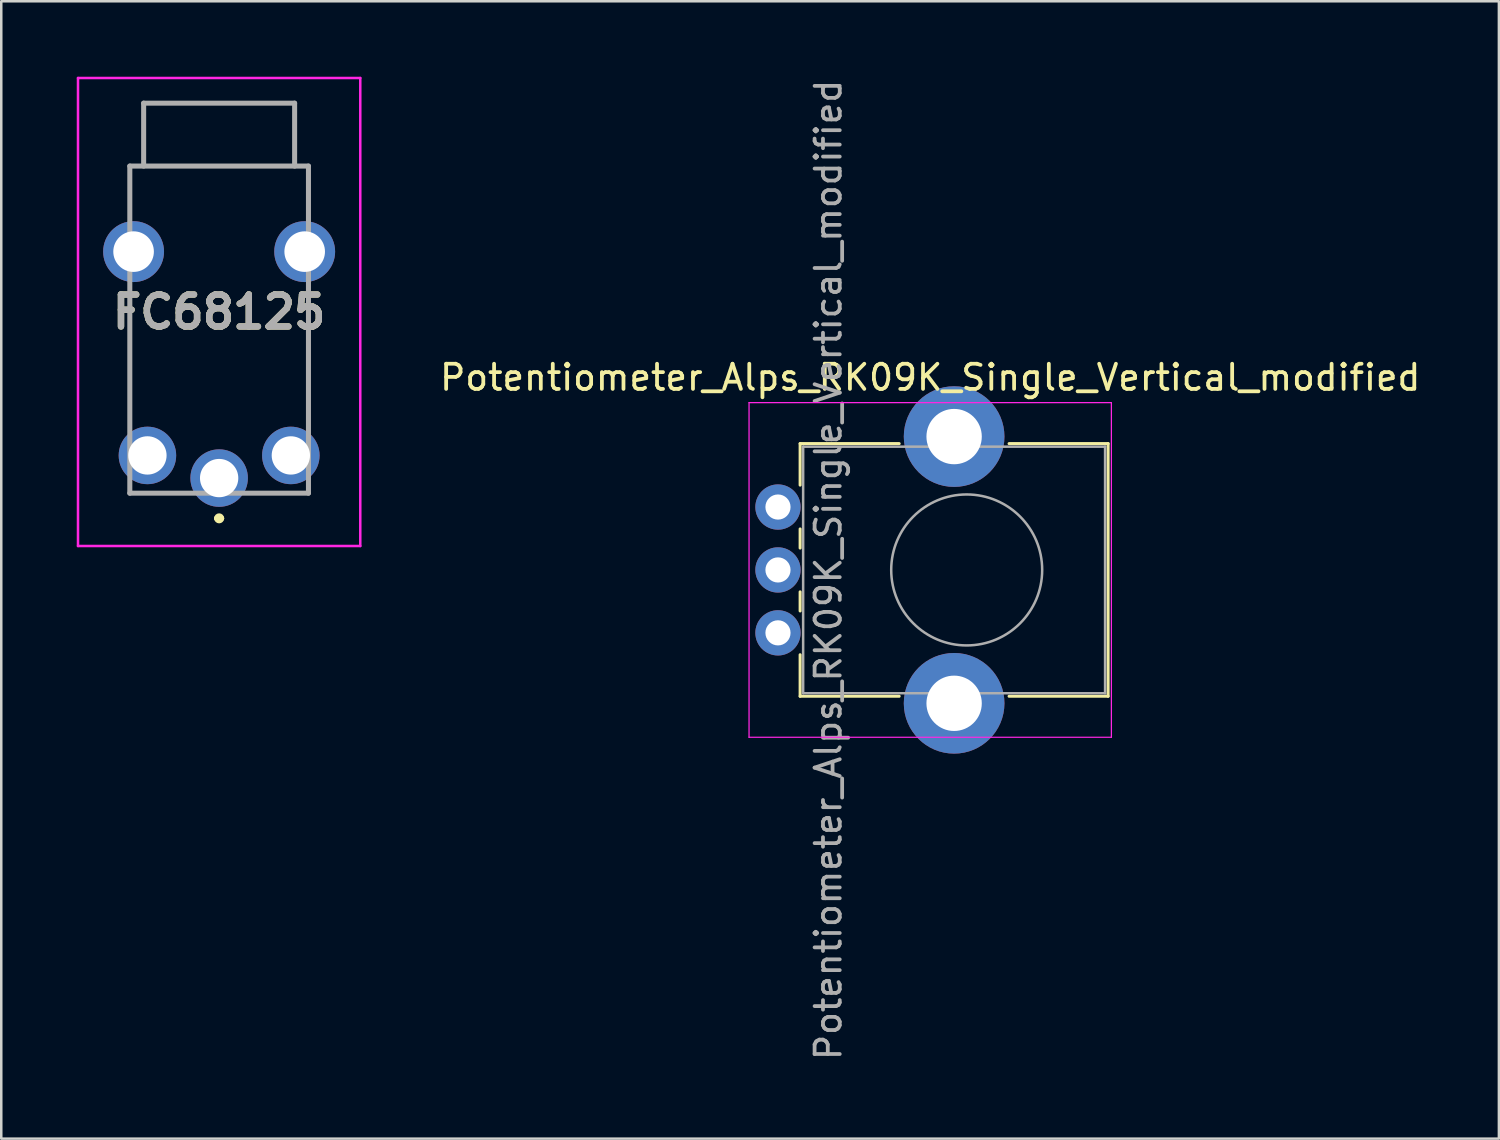
<source format=kicad_pcb>
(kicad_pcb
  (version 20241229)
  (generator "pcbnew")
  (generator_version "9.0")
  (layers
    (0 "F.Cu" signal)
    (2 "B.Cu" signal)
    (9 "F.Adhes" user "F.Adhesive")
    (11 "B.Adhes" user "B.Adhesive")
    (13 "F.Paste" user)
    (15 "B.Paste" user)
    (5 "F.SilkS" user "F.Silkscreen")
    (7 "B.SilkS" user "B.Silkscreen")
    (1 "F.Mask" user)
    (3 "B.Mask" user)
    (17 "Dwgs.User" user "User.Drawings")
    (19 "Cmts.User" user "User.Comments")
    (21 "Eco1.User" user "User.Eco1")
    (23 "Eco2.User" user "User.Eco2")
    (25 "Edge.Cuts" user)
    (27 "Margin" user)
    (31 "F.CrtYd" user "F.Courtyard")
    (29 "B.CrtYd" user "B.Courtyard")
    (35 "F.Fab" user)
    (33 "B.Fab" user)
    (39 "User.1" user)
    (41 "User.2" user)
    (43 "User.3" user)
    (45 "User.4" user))
  (footprint "FC68125"
    (layer "F.Cu")
    (at 5.659 9.35)
    (property "Reference" "FC68125" (at 0 0 0) (layer "F.SilkS") (effects (font (size 1.27 1.27) (thickness 0.254))))
    (attr through_hole)
    (fp_line (start -3.55 -5.8) (end -3 -5.8) (stroke (width 0.1) (type solid)) (layer "F.SilkS"))
    (fp_line (start -3.55 -3.8) (end -3.55 -5.8) (stroke (width 0.1) (type solid)) (layer "F.SilkS"))
    (fp_line (start -3.55 -0.8) (end -3.55 4.2) (stroke (width 0.1) (type solid)) (layer "F.SilkS"))
    (fp_line (start -3.5 7.2) (end -1.5 7.2) (stroke (width 0.1) (type solid)) (layer "F.SilkS"))
    (fp_line (start -3 -8.3) (end 3 -8.3) (stroke (width 0.1) (type solid)) (layer "F.SilkS"))
    (fp_line (start -3 -5.8) (end -3 -8.3) (stroke (width 0.1) (type solid)) (layer "F.SilkS"))
    (fp_line (start -0.1 8.2) (end -0.1 8.2) (stroke (width 0.2) (type solid)) (layer "F.SilkS"))
    (fp_line (start 0.1 8.2) (end 0.1 8.2) (stroke (width 0.2) (type solid)) (layer "F.SilkS"))
    (fp_line (start 3 -8.3) (end 3 -5.8) (stroke (width 0.1) (type solid)) (layer "F.SilkS"))
    (fp_line (start 3 -5.8) (end 3.55 -5.8) (stroke (width 0.1) (type solid)) (layer "F.SilkS"))
    (fp_line (start 3.5 7.2) (end 1.5 7.2) (stroke (width 0.1) (type solid)) (layer "F.SilkS"))
    (fp_line (start 3.55 -5.8) (end 3.55 -3.8) (stroke (width 0.1) (type solid)) (layer "F.SilkS"))
    (fp_line (start 3.55 -0.8) (end 3.55 4.2) (stroke (width 0.1) (type solid)) (layer "F.SilkS"))
    (fp_arc (start -0.1 8.2) (mid 0 8.1) (end 0.1 8.2) (stroke (width 0.2) (type solid)) (layer "F.SilkS"))
    (fp_arc (start 0.1 8.2) (mid 0 8.3) (end -0.1 8.2) (stroke (width 0.2) (type solid)) (layer "F.SilkS"))
    (fp_line (start -5.609 -9.3) (end 5.609 -9.3) (stroke (width 0.1) (type solid)) (layer "F.CrtYd"))
    (fp_line (start -5.609 9.3) (end -5.609 -9.3) (stroke (width 0.1) (type solid)) (layer "F.CrtYd"))
    (fp_line (start 5.609 -9.3) (end 5.609 9.3) (stroke (width 0.1) (type solid)) (layer "F.CrtYd"))
    (fp_line (start 5.609 9.3) (end -5.609 9.3) (stroke (width 0.1) (type solid)) (layer "F.CrtYd"))
    (fp_line (start -3.55 -5.8) (end 3.55 -5.8) (stroke (width 0.2) (type solid)) (layer "F.Fab"))
    (fp_line (start -3.55 7.2) (end -3.55 -5.8) (stroke (width 0.2) (type solid)) (layer "F.Fab"))
    (fp_line (start -3 -8.3) (end 3 -8.3) (stroke (width 0.2) (type solid)) (layer "F.Fab"))
    (fp_line (start -3 -5.8) (end -3 -8.3) (stroke (width 0.2) (type solid)) (layer "F.Fab"))
    (fp_line (start 3 -8.3) (end 3 -5.8) (stroke (width 0.2) (type solid)) (layer "F.Fab"))
    (fp_line (start 3.55 -5.8) (end 3.55 7.2) (stroke (width 0.2) (type solid)) (layer "F.Fab"))
    (fp_line (start 3.55 7.2) (end -3.55 7.2) (stroke (width 0.2) (type solid)) (layer "F.Fab"))
    (fp_text user "${REFERENCE}" (at 0 0 0) (layer "F.Fab") (effects (font (size 1.27 1.27) (thickness 0.254))))
    (pad "" np_thru_hole circle (at 0 -3.8) (size 0.001 0.001) (drill 1.1) (layers "*.Cu" "*.Mask"))
    (pad "" np_thru_hole circle (at 0 3.2) (size 0.001 0.001) (drill 1.1) (layers "*.Cu" "*.Mask"))
    (pad "G" thru_hole circle (at 0 6.6) (size 2.285 2.285) (drill 1.523) (layers "*.Cu" "*.Mask"))
    (pad "R" thru_hole circle (at -2.85 5.7) (size 2.285 2.285) (drill 1.523) (layers "*.Cu" "*.Mask"))
    (pad "S" thru_hole circle (at 2.85 5.7) (size 2.285 2.285) (drill 1.523) (layers "*.Cu" "*.Mask"))
    (pad "T" thru_hole circle (at -3.4 -2.4) (size 2.419 2.419) (drill 1.613) (layers "*.Cu" "*.Mask"))
    (pad "T" thru_hole circle (at 3.4 -2.4) (size 2.419 2.419) (drill 1.613) (layers "*.Cu" "*.Mask")))
  (footprint "Potentiometer_Alps_RK09K_Single_Vertical_modified"
    (layer "F.Cu")
    (at 27.869 22.101)
    (property "Reference" "Potentiometer_Alps_RK09K_Single_Vertical_modified" (at 6.05 -10.15 0) (layer "F.SilkS") (effects (font (size 1 1) (thickness 0.15))))
    (attr through_hole)
    (fp_line (start 0.88 -7.521) (end 0.88 -5.871) (stroke (width 0.12) (type solid)) (layer "F.SilkS"))
    (fp_line (start 0.88 -7.521) (end 4.817 -7.521) (stroke (width 0.12) (type solid)) (layer "F.SilkS"))
    (fp_line (start 0.88 -4.129) (end 0.88 -3.37) (stroke (width 0.12) (type solid)) (layer "F.SilkS"))
    (fp_line (start 0.88 -1.629) (end 0.88 -0.87) (stroke (width 0.12) (type solid)) (layer "F.SilkS"))
    (fp_line (start 0.88 0.87) (end 0.88 2.52) (stroke (width 0.12) (type solid)) (layer "F.SilkS"))
    (fp_line (start 0.88 2.52) (end 4.817 2.52) (stroke (width 0.12) (type solid)) (layer "F.SilkS"))
    (fp_line (start 9.184 -7.521) (end 13.12 -7.521) (stroke (width 0.12) (type solid)) (layer "F.SilkS"))
    (fp_line (start 9.184 2.52) (end 13.12 2.52) (stroke (width 0.12) (type solid)) (layer "F.SilkS"))
    (fp_line (start 13.12 -7.521) (end 13.12 2.52) (stroke (width 0.12) (type solid)) (layer "F.SilkS"))
    (fp_line (start -1.15 -9.15) (end -1.15 4.15) (stroke (width 0.05) (type solid)) (layer "F.CrtYd"))
    (fp_line (start -1.15 4.15) (end 13.25 4.15) (stroke (width 0.05) (type solid)) (layer "F.CrtYd"))
    (fp_line (start 13.25 -9.15) (end -1.15 -9.15) (stroke (width 0.05) (type solid)) (layer "F.CrtYd"))
    (fp_line (start 13.25 4.15) (end 13.25 -9.15) (stroke (width 0.05) (type solid)) (layer "F.CrtYd"))
    (fp_line (start 1 -7.4) (end 1 2.4) (stroke (width 0.1) (type solid)) (layer "F.Fab"))
    (fp_line (start 1 2.4) (end 13 2.4) (stroke (width 0.1) (type solid)) (layer "F.Fab"))
    (fp_line (start 13 -7.4) (end 1 -7.4) (stroke (width 0.1) (type solid)) (layer "F.Fab"))
    (fp_line (start 13 2.4) (end 13 -7.4) (stroke (width 0.1) (type solid)) (layer "F.Fab"))
    (fp_circle (center 7.5 -2.5) (end 10.5 -2.5) (stroke (width 0.1) (type solid)) (fill no) (layer "F.Fab"))
    (fp_text user "${REFERENCE}" (at 2 -2.5 270) (layer "F.Fab") (effects (font (size 1 1) (thickness 0.15))))
    (pad "" np_thru_hole circle (at 7 -7.8) (size 4 4) (drill 2.2) (layers "*.Cu" "*.Mask"))
    (pad "" np_thru_hole circle (at 7 2.8) (size 4 4) (drill 2.2) (layers "*.Cu" "*.Mask"))
    (pad "1" thru_hole circle (at 0 0) (size 1.8 1.8) (drill 1) (layers "*.Cu" "*.Mask"))
    (pad "2" thru_hole circle (at 0 -2.5) (size 1.8 1.8) (drill 1) (layers "*.Cu" "*.Mask"))
    (pad "3" thru_hole circle (at 0 -5) (size 1.8 1.8) (drill 1) (layers "*.Cu" "*.Mask")))
  (gr_rect
    (start -3 -3)
    (end 56.52 42.202)
    (stroke (width 0.1) (type default))
    (fill no)
    (layer "Edge.Cuts")))
</source>
